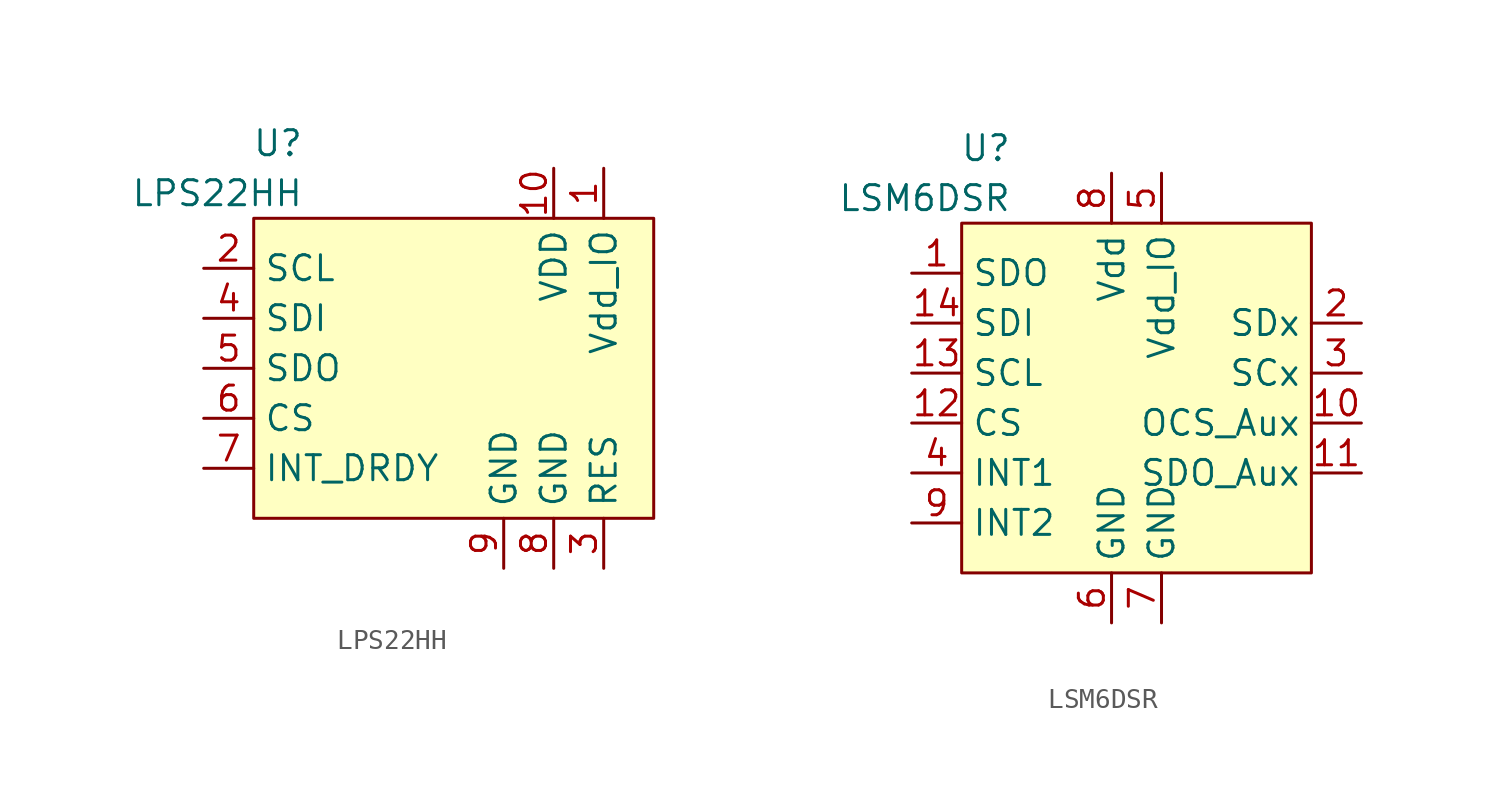
<source format=kicad_sym>
(kicad_symbol_lib
  (version 20220914)
  (generator kicad_symbol_editor)
  (symbol "LPS22HH"
    (property "Reference" "U"
      (at -7.62 13.97 0)
      (effects (font (size 1.27 1.27)) (justify right)))
    (property "Value" "LPS22HH"
      (at -7.62 11.43 0)
      (effects (font (size 1.27 1.27)) (justify right)))
    (symbol "LPS22HH_0_1"
      (rectangle (start -10.16 10.16) (end 10.16 -5.08) (stroke (width 0) (type default)) (fill (type background))))
    (symbol "LPS22HH_1_1"
      (pin unspecified line (at 7.62 12.7 270) (length 2.54) (name "Vdd_IO" (effects (font (size 1.27 1.27)))) (number "1" (effects (font (size 1.27 1.27)))))
      (pin unspecified line (at 5.08 12.7 270) (length 2.54) (name "VDD" (effects (font (size 1.27 1.27)))) (number "10" (effects (font (size 1.27 1.27)))))
      (pin unspecified line (at -12.7 7.62 0) (length 2.54) (name "SCL" (effects (font (size 1.27 1.27)))) (number "2" (effects (font (size 1.27 1.27)))))
      (pin unspecified line (at 7.62 -7.62 90) (length 2.54) (name "RES" (effects (font (size 1.27 1.27)))) (number "3" (effects (font (size 1.27 1.27)))))
      (pin unspecified line (at -12.7 5.08 0) (length 2.54) (name "SDI" (effects (font (size 1.27 1.27)))) (number "4" (effects (font (size 1.27 1.27)))))
      (pin unspecified line (at -12.7 2.54 0) (length 2.54) (name "SDO" (effects (font (size 1.27 1.27)))) (number "5" (effects (font (size 1.27 1.27)))))
      (pin unspecified line (at -12.7 0 0) (length 2.54) (name "CS" (effects (font (size 1.27 1.27)))) (number "6" (effects (font (size 1.27 1.27)))))
      (pin unspecified line (at -12.7 -2.54 0) (length 2.54) (name "INT_DRDY" (effects (font (size 1.27 1.27)))) (number "7" (effects (font (size 1.27 1.27)))))
      (pin unspecified line (at 5.08 -7.62 90) (length 2.54) (name "GND" (effects (font (size 1.27 1.27)))) (number "8" (effects (font (size 1.27 1.27)))))
      (pin unspecified line (at 2.54 -7.62 90) (length 2.54) (name "GND" (effects (font (size 1.27 1.27)))) (number "9" (effects (font (size 1.27 1.27)))))))
  (symbol "LSM6DSR"
    (property "Reference" "U"
      (at -6.35 19.05 0)
      (effects (font (size 1.27 1.27)) (justify right)))
    (property "Value" "LSM6DSR"
      (at -6.35 16.51 0)
      (effects (font (size 1.27 1.27)) (justify right)))
    (symbol "LSM6DSR_0_1"
      (rectangle (start -8.89 15.24) (end 8.89 -2.54) (stroke (width 0) (type default)) (fill (type background))))
    (symbol "LSM6DSR_1_1"
      (pin unspecified line (at -11.43 12.7 0) (length 2.54) (name "SDO" (effects (font (size 1.27 1.27)))) (number "1" (effects (font (size 1.27 1.27)))))
      (pin unspecified line (at 11.43 5.08 180) (length 2.54) (name "OCS_Aux" (effects (font (size 1.27 1.27)))) (number "10" (effects (font (size 1.27 1.27)))))
      (pin unspecified line (at 11.43 2.54 180) (length 2.54) (name "SDO_Aux" (effects (font (size 1.27 1.27)))) (number "11" (effects (font (size 1.27 1.27)))))
      (pin unspecified line (at -11.43 5.08 0) (length 2.54) (name "CS" (effects (font (size 1.27 1.27)))) (number "12" (effects (font (size 1.27 1.27)))))
      (pin unspecified line (at -11.43 7.62 0) (length 2.54) (name "SCL" (effects (font (size 1.27 1.27)))) (number "13" (effects (font (size 1.27 1.27)))))
      (pin unspecified line (at -11.43 10.16 0) (length 2.54) (name "SDI" (effects (font (size 1.27 1.27)))) (number "14" (effects (font (size 1.27 1.27)))))
      (pin unspecified line (at 11.43 10.16 180) (length 2.54) (name "SDx" (effects (font (size 1.27 1.27)))) (number "2" (effects (font (size 1.27 1.27)))))
      (pin unspecified line (at 11.43 7.62 180) (length 2.54) (name "SCx" (effects (font (size 1.27 1.27)))) (number "3" (effects (font (size 1.27 1.27)))))
      (pin unspecified line (at -11.43 2.54 0) (length 2.54) (name "INT1" (effects (font (size 1.27 1.27)))) (number "4" (effects (font (size 1.27 1.27)))))
      (pin unspecified line (at 1.27 17.78 270) (length 2.54) (name "Vdd_IO" (effects (font (size 1.27 1.27)))) (number "5" (effects (font (size 1.27 1.27)))))
      (pin unspecified line (at -1.27 -5.08 90) (length 2.54) (name "GND" (effects (font (size 1.27 1.27)))) (number "6" (effects (font (size 1.27 1.27)))))
      (pin unspecified line (at 1.27 -5.08 90) (length 2.54) (name "GND" (effects (font (size 1.27 1.27)))) (number "7" (effects (font (size 1.27 1.27)))))
      (pin unspecified line (at -1.27 17.78 270) (length 2.54) (name "Vdd" (effects (font (size 1.27 1.27)))) (number "8" (effects (font (size 1.27 1.27)))))
      (pin unspecified line (at -11.43 0 0) (length 2.54) (name "INT2" (effects (font (size 1.27 1.27)))) (number "9" (effects (font (size 1.27 1.27))))))))
</source>
